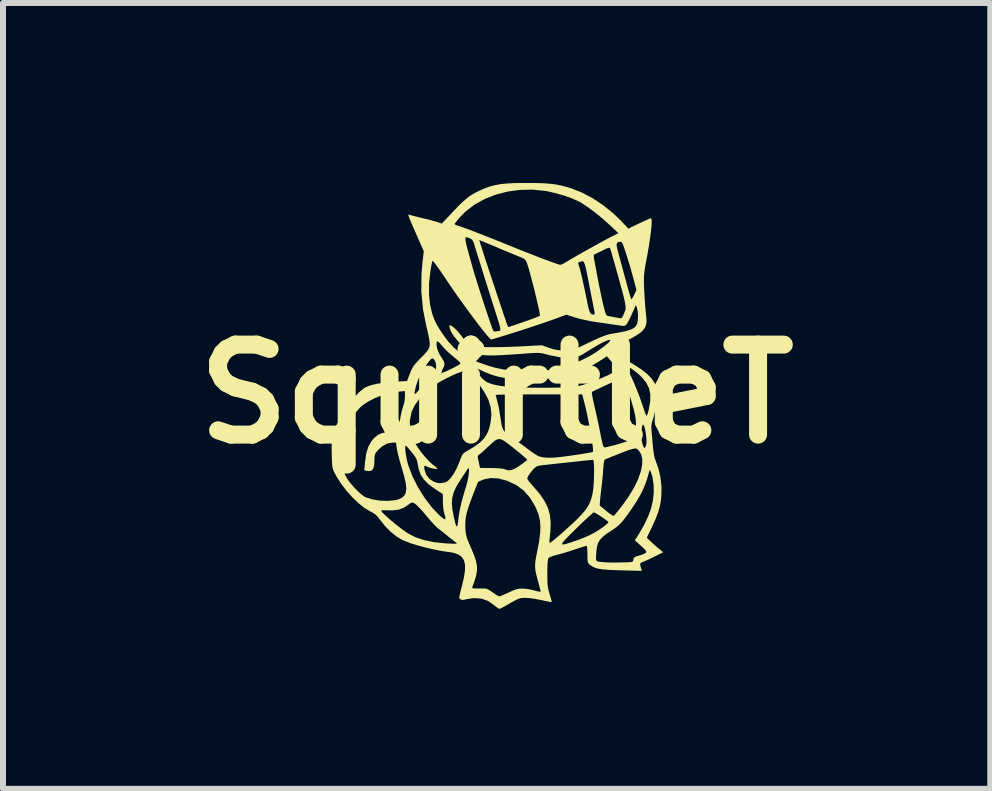
<source format=kicad_pcb>
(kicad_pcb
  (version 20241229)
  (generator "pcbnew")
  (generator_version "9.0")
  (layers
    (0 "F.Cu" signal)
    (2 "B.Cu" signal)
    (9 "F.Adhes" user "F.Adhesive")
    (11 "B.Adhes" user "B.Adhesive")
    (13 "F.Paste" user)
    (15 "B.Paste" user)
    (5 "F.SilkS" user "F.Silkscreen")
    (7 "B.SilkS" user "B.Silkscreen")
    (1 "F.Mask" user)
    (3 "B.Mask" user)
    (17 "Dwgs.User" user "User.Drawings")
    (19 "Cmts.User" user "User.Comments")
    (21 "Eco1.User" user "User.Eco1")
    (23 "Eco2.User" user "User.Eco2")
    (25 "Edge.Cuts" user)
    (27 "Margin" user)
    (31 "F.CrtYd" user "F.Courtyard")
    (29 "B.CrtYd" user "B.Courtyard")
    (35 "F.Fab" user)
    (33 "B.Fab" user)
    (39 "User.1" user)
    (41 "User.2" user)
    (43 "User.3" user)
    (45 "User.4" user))
  (footprint "SquirtleT"
    (layer "F.Cu")
    (at 5.229 3.516)
    (property "Reference" "SquirtleT" (at 0 0 0) (layer "F.SilkS") (effects (font (size 1.5 1.5) (thickness 0.3))))
    (attr board_only exclude_from_pos_files exclude_from_bom)
    (fp_poly (pts (xy 0.661 -3.515) (xy 0.787 -3.511) (xy 0.894 -3.503) (xy 0.99 -3.491) (xy 1.081 -3.472) (xy 1.173 -3.448) (xy 1.258 -3.421) (xy 1.429 -3.353) (xy 1.605 -3.259) (xy 1.777 -3.144) (xy 1.94 -3.013) (xy 2.074 -2.884) (xy 2.196 -2.754) (xy 2.256 -2.786) (xy 2.293 -2.803) (xy 2.344 -2.828) (xy 2.403 -2.855) (xy 2.462 -2.882) (xy 2.515 -2.906) (xy 2.554 -2.923) (xy 2.572 -2.93) (xy 2.572 -2.93) (xy 2.581 -2.915) (xy 2.584 -2.872) (xy 2.581 -2.802) (xy 2.572 -2.711) (xy 2.557 -2.598) (xy 2.538 -2.469) (xy 2.513 -2.325) (xy 2.489 -2.198) (xy 2.473 -2.108) (xy 2.462 -2.036) (xy 2.456 -1.971) (xy 2.454 -1.903) (xy 2.455 -1.821) (xy 2.458 -1.744) (xy 2.464 -1.642) (xy 2.471 -1.535) (xy 2.478 -1.435) (xy 2.486 -1.353) (xy 2.487 -1.343) (xy 2.496 -1.253) (xy 2.496 -1.186) (xy 2.485 -1.135) (xy 2.463 -1.092) (xy 2.427 -1.049) (xy 2.411 -1.033) (xy 2.374 -1.005) (xy 2.317 -0.968) (xy 2.247 -0.928) (xy 2.178 -0.892) (xy 2.097 -0.85) (xy 2.031 -0.81) (xy 1.986 -0.777) (xy 1.969 -0.761) (xy 1.949 -0.73) (xy 1.947 -0.711) (xy 1.964 -0.688) (xy 1.967 -0.684) (xy 1.994 -0.662) (xy 2.042 -0.631) (xy 2.101 -0.595) (xy 2.133 -0.577) (xy 2.287 -0.49) (xy 2.411 -0.409) (xy 2.509 -0.332) (xy 2.583 -0.256) (xy 2.633 -0.18) (xy 2.663 -0.102) (xy 2.675 -0.019) (xy 2.675 -0.003) (xy 2.671 0.082) (xy 2.658 0.182) (xy 2.64 0.284) (xy 2.619 0.378) (xy 2.599 0.441) (xy 2.582 0.499) (xy 2.578 0.559) (xy 2.582 0.621) (xy 2.588 0.686) (xy 2.595 0.768) (xy 2.602 0.852) (xy 2.604 0.876) (xy 2.612 0.949) (xy 2.622 1.017) (xy 2.634 1.068) (xy 2.639 1.083) (xy 2.697 1.246) (xy 2.732 1.401) (xy 2.747 1.559) (xy 2.746 1.67) (xy 2.738 1.771) (xy 2.722 1.866) (xy 2.695 1.961) (xy 2.657 2.066) (xy 2.603 2.187) (xy 2.579 2.237) (xy 2.502 2.397) (xy 2.569 2.461) (xy 2.622 2.51) (xy 2.681 2.561) (xy 2.706 2.582) (xy 2.776 2.639) (xy 2.634 2.71) (xy 2.567 2.743) (xy 2.505 2.772) (xy 2.457 2.793) (xy 2.44 2.799) (xy 2.406 2.813) (xy 2.392 2.829) (xy 2.394 2.857) (xy 2.404 2.896) (xy 2.419 2.95) (xy 2.09 2.941) (xy 1.954 2.937) (xy 1.847 2.931) (xy 1.762 2.924) (xy 1.697 2.914) (xy 1.646 2.9) (xy 1.605 2.882) (xy 1.569 2.86) (xy 1.565 2.857) (xy 1.54 2.837) (xy 1.525 2.818) (xy 1.517 2.792) (xy 1.513 2.751) (xy 1.513 2.718) (xy 1.656 2.718) (xy 1.656 2.758) (xy 1.662 2.779) (xy 1.673 2.789) (xy 1.69 2.794) (xy 1.754 2.803) (xy 1.846 2.809) (xy 1.96 2.811) (xy 2.093 2.809) (xy 2.201 2.806) (xy 2.246 2.802) (xy 2.269 2.793) (xy 2.278 2.772) (xy 2.28 2.76) (xy 2.287 2.734) (xy 2.305 2.717) (xy 2.343 2.703) (xy 2.373 2.695) (xy 2.426 2.679) (xy 2.468 2.66) (xy 2.484 2.649) (xy 2.493 2.636) (xy 2.49 2.619) (xy 2.471 2.595) (xy 2.433 2.558) (xy 2.406 2.533) (xy 2.303 2.441) (xy 2.368 2.339) (xy 2.456 2.187) (xy 2.525 2.04) (xy 2.573 1.911) (xy 2.603 1.785) (xy 2.618 1.65) (xy 2.616 1.516) (xy 2.598 1.394) (xy 2.585 1.346) (xy 2.567 1.295) (xy 2.556 1.271) (xy 2.549 1.271) (xy 2.543 1.291) (xy 2.541 1.298) (xy 2.504 1.43) (xy 2.459 1.551) (xy 2.403 1.669) (xy 2.331 1.793) (xy 2.248 1.918) (xy 2.183 2.012) (xy 2.129 2.084) (xy 2.084 2.139) (xy 2.042 2.182) (xy 1.998 2.219) (xy 1.949 2.254) (xy 1.919 2.274) (xy 1.828 2.334) (xy 1.762 2.388) (xy 1.716 2.44) (xy 1.686 2.496) (xy 1.669 2.564) (xy 1.66 2.648) (xy 1.66 2.654) (xy 1.656 2.718) (xy 1.513 2.718) (xy 1.513 2.688) (xy 1.513 2.675) (xy 1.511 2.609) (xy 1.507 2.56) (xy 1.5 2.535) (xy 1.497 2.532) (xy 1.477 2.537) (xy 1.433 2.55) (xy 1.372 2.57) (xy 1.302 2.593) (xy 1.217 2.621) (xy 1.128 2.649) (xy 1.048 2.671) (xy 1.003 2.683) (xy 0.943 2.699) (xy 0.894 2.718) (xy 0.866 2.734) (xy 0.864 2.736) (xy 0.855 2.761) (xy 0.849 2.813) (xy 0.845 2.891) (xy 0.844 2.988) (xy 0.845 3.085) (xy 0.847 3.158) (xy 0.853 3.215) (xy 0.863 3.266) (xy 0.877 3.319) (xy 0.883 3.339) (xy 0.901 3.397) (xy 0.912 3.442) (xy 0.917 3.466) (xy 0.916 3.468) (xy 0.899 3.468) (xy 0.858 3.461) (xy 0.801 3.449) (xy 0.77 3.442) (xy 0.644 3.417) (xy 0.534 3.402) (xy 0.446 3.399) (xy 0.384 3.408) (xy 0.348 3.422) (xy 0.294 3.449) (xy 0.231 3.484) (xy 0.199 3.503) (xy 0.14 3.537) (xy 0.089 3.564) (xy 0.055 3.58) (xy 0.045 3.582) (xy 0.022 3.572) (xy -0.014 3.546) (xy -0.045 3.52) (xy -0.142 3.452) (xy -0.252 3.413) (xy -0.37 3.403) (xy -0.416 3.408) (xy -0.474 3.417) (xy -0.521 3.426) (xy -0.546 3.433) (xy -0.579 3.433) (xy -0.602 3.425) (xy -0.615 3.417) (xy -0.622 3.406) (xy -0.623 3.386) (xy -0.617 3.353) (xy -0.605 3.3) (xy -0.584 3.222) (xy -0.58 3.205) (xy -0.546 3.061) (xy -0.528 2.942) (xy -0.528 2.846) (xy -0.546 2.772) (xy -0.583 2.715) (xy -0.641 2.675) (xy -0.719 2.648) (xy -0.796 2.636) (xy -0.918 2.618) (xy -1.051 2.592) (xy -1.189 2.56) (xy -1.322 2.524) (xy -1.443 2.486) (xy -1.544 2.447) (xy -1.573 2.434) (xy -1.668 2.377) (xy -1.768 2.297) (xy -1.863 2.2) (xy -1.939 2.106) (xy -1.984 2.047) (xy -2.026 2.006) (xy -2.077 1.974) (xy -2.117 1.953) (xy -2.132 1.944) (xy -1.927 1.944) (xy -1.915 1.964) (xy -1.882 2) (xy -1.832 2.046) (xy -1.771 2.1) (xy -1.702 2.158) (xy -1.63 2.215) (xy -1.56 2.268) (xy -1.496 2.313) (xy -1.466 2.332) (xy -1.35 2.391) (xy -1.208 2.437) (xy -1.043 2.471) (xy -0.859 2.491) (xy -0.733 2.497) (xy -0.684 2.497) (xy -0.664 2.493) (xy -0.666 2.485) (xy -0.675 2.479) (xy -0.701 2.461) (xy -0.743 2.428) (xy -0.795 2.387) (xy -0.812 2.373) (xy -0.87 2.326) (xy -0.927 2.281) (xy -0.972 2.245) (xy -0.979 2.24) (xy -1.011 2.211) (xy -1.057 2.163) (xy -1.112 2.102) (xy -1.169 2.035) (xy -1.182 2.02) (xy -1.237 1.955) (xy -1.29 1.898) (xy -1.334 1.853) (xy -1.365 1.827) (xy -1.37 1.823) (xy -1.399 1.811) (xy -1.423 1.813) (xy -1.453 1.831) (xy -1.472 1.847) (xy -1.551 1.899) (xy -1.634 1.929) (xy -1.73 1.941) (xy -1.798 1.94) (xy -1.858 1.939) (xy -1.903 1.94) (xy -1.925 1.943) (xy -1.927 1.944) (xy -2.132 1.944) (xy -2.207 1.899) (xy -2.304 1.821) (xy -2.404 1.725) (xy -2.502 1.616) (xy -2.591 1.5) (xy -2.667 1.382) (xy -2.7 1.322) (xy -2.717 1.286) (xy -2.729 1.253) (xy -2.738 1.217) (xy -2.743 1.17) (xy -2.746 1.107) (xy -2.749 1.019) (xy -2.749 0.995) (xy -2.751 0.899) (xy -2.751 0.898) (xy -2.608 0.898) (xy -2.605 1.042) (xy -2.58 1.189) (xy -2.534 1.33) (xy -2.507 1.388) (xy -2.475 1.439) (xy -2.427 1.5) (xy -2.37 1.565) (xy -2.31 1.626) (xy -2.253 1.677) (xy -2.205 1.713) (xy -2.188 1.722) (xy -2.071 1.758) (xy -1.943 1.779) (xy -1.814 1.783) (xy -1.694 1.771) (xy -1.643 1.759) (xy -1.583 1.734) (xy -1.541 1.698) (xy -1.516 1.648) (xy -1.507 1.582) (xy -1.514 1.496) (xy -1.538 1.387) (xy -1.575 1.258) (xy -1.602 1.168) (xy -1.627 1.077) (xy -1.647 0.996) (xy -1.66 0.933) (xy -1.661 0.928) (xy -1.663 0.912) (xy -1.525 0.912) (xy -1.52 0.968) (xy -1.509 1.035) (xy -1.495 1.107) (xy -1.477 1.176) (xy -1.469 1.202) (xy -1.403 1.376) (xy -1.313 1.554) (xy -1.205 1.727) (xy -1.084 1.886) (xy -0.994 1.984) (xy -0.931 2.045) (xy -0.887 2.08) (xy -0.861 2.09) (xy -0.852 2.075) (xy -0.86 2.034) (xy -0.87 2.005) (xy -0.885 1.942) (xy -0.895 1.857) (xy -0.896 1.823) (xy -0.747 1.823) (xy -0.737 1.931) (xy -0.713 2.059) (xy -0.708 2.078) (xy -0.69 2.153) (xy -0.675 2.198) (xy -0.663 2.211) (xy -0.659 2.204) (xy -0.523 2.204) (xy -0.523 2.229) (xy -0.519 2.285) (xy -0.513 2.332) (xy -0.503 2.378) (xy -0.485 2.431) (xy -0.458 2.497) (xy -0.422 2.58) (xy -0.375 2.693) (xy -0.344 2.787) (xy -0.328 2.87) (xy -0.329 2.95) (xy -0.344 3.036) (xy -0.375 3.136) (xy -0.406 3.219) (xy -0.408 3.232) (xy -0.396 3.24) (xy -0.366 3.243) (xy -0.311 3.243) (xy -0.289 3.243) (xy -0.225 3.243) (xy -0.181 3.246) (xy -0.146 3.258) (xy -0.108 3.28) (xy -0.069 3.307) (xy -0.021 3.34) (xy 0.019 3.364) (xy 0.041 3.374) (xy 0.042 3.375) (xy 0.063 3.369) (xy 0.106 3.352) (xy 0.163 3.327) (xy 0.201 3.31) (xy 0.273 3.277) (xy 0.328 3.257) (xy 0.374 3.247) (xy 0.423 3.245) (xy 0.438 3.245) (xy 0.508 3.251) (xy 0.587 3.266) (xy 0.633 3.278) (xy 0.693 3.294) (xy 0.726 3.297) (xy 0.732 3.291) (xy 0.728 3.269) (xy 0.716 3.223) (xy 0.7 3.161) (xy 0.684 3.105) (xy 0.661 3.018) (xy 0.646 2.946) (xy 0.64 2.881) (xy 0.643 2.814) (xy 0.653 2.737) (xy 0.673 2.639) (xy 0.677 2.618) (xy 0.698 2.506) (xy 1.091 2.506) (xy 1.11 2.51) (xy 1.152 2.501) (xy 1.215 2.482) (xy 1.299 2.454) (xy 1.309 2.451) (xy 1.392 2.421) (xy 1.483 2.384) (xy 1.564 2.347) (xy 1.572 2.343) (xy 1.635 2.309) (xy 1.699 2.27) (xy 1.76 2.229) (xy 1.812 2.19) (xy 1.848 2.159) (xy 1.863 2.139) (xy 1.863 2.138) (xy 1.85 2.123) (xy 1.818 2.098) (xy 1.773 2.066) (xy 1.723 2.033) (xy 1.676 2.003) (xy 1.638 1.982) (xy 1.618 1.975) (xy 1.602 1.985) (xy 1.567 2.016) (xy 1.516 2.062) (xy 1.452 2.122) (xy 1.379 2.192) (xy 1.324 2.246) (xy 1.233 2.336) (xy 1.164 2.406) (xy 1.117 2.456) (xy 1.093 2.489) (xy 1.091 2.506) (xy 0.698 2.506) (xy 0.707 2.46) (xy 0.724 2.327) (xy 0.729 2.212) (xy 0.721 2.109) (xy 0.699 2.014) (xy 0.663 1.92) (xy 0.635 1.862) (xy 0.548 1.72) (xy 0.447 1.608) (xy 0.333 1.523) (xy 0.307 1.509) (xy 0.164 1.445) (xy 0.043 1.413) (xy 0.51 1.413) (xy 0.52 1.432) (xy 0.547 1.469) (xy 0.588 1.517) (xy 0.623 1.556) (xy 0.725 1.677) (xy 0.801 1.79) (xy 0.855 1.902) (xy 0.887 2.019) (xy 0.9 2.147) (xy 0.895 2.294) (xy 0.882 2.417) (xy 0.879 2.459) (xy 0.884 2.482) (xy 0.887 2.484) (xy 0.903 2.474) (xy 0.939 2.446) (xy 0.991 2.403) (xy 1.054 2.349) (xy 1.126 2.286) (xy 1.132 2.28) (xy 1.25 2.174) (xy 1.346 2.083) (xy 1.421 2.004) (xy 1.48 1.934) (xy 1.524 1.868) (xy 1.529 1.86) (xy 1.717 1.86) (xy 1.825 1.949) (xy 1.875 1.989) (xy 1.917 2.018) (xy 1.944 2.033) (xy 1.95 2.033) (xy 1.965 2.019) (xy 1.995 1.985) (xy 2.036 1.934) (xy 2.084 1.872) (xy 2.098 1.855) (xy 2.203 1.705) (xy 2.29 1.561) (xy 2.356 1.425) (xy 2.401 1.299) (xy 2.425 1.185) (xy 2.427 1.085) (xy 2.407 1.003) (xy 2.373 0.951) (xy 2.345 0.921) (xy 2.321 0.909) (xy 2.291 0.911) (xy 2.254 0.92) (xy 2.208 0.934) (xy 2.143 0.958) (xy 2.068 0.986) (xy 2.01 1.01) (xy 1.939 1.038) (xy 1.878 1.063) (xy 1.834 1.08) (xy 1.813 1.088) (xy 1.8 1.098) (xy 1.791 1.123) (xy 1.783 1.168) (xy 1.777 1.238) (xy 1.776 1.253) (xy 1.77 1.337) (xy 1.762 1.424) (xy 1.754 1.5) (xy 1.751 1.521) (xy 1.742 1.6) (xy 1.732 1.688) (xy 1.726 1.746) (xy 1.717 1.86) (xy 1.529 1.86) (xy 1.557 1.804) (xy 1.58 1.736) (xy 1.598 1.663) (xy 1.601 1.645) (xy 1.61 1.584) (xy 1.616 1.509) (xy 1.621 1.426) (xy 1.623 1.342) (xy 1.624 1.261) (xy 1.622 1.191) (xy 1.618 1.137) (xy 1.612 1.105) (xy 1.607 1.099) (xy 1.592 1.1) (xy 1.56 1.103) (xy 1.51 1.108) (xy 1.437 1.115) (xy 1.341 1.126) (xy 1.218 1.139) (xy 1.067 1.155) (xy 0.976 1.165) (xy 0.888 1.175) (xy 0.813 1.183) (xy 0.758 1.189) (xy 0.748 1.19) (xy 0.693 1.199) (xy 0.655 1.215) (xy 0.62 1.246) (xy 0.605 1.263) (xy 0.548 1.333) (xy 0.517 1.386) (xy 0.51 1.413) (xy 0.043 1.413) (xy 0.03 1.409) (xy -0.093 1.402) (xy -0.204 1.422) (xy -0.236 1.434) (xy -0.311 1.466) (xy -0.393 1.677) (xy -0.44 1.801) (xy -0.475 1.902) (xy -0.5 1.987) (xy -0.515 2.062) (xy -0.522 2.132) (xy -0.523 2.204) (xy -0.659 2.204) (xy -0.653 2.193) (xy -0.645 2.144) (xy -0.636 2.067) (xy -0.625 1.987) (xy -0.608 1.898) (xy -0.583 1.794) (xy -0.549 1.67) (xy -0.504 1.521) (xy -0.503 1.515) (xy -0.486 1.452) (xy -0.473 1.388) (xy -0.465 1.33) (xy -0.461 1.281) (xy -0.463 1.249) (xy -0.471 1.237) (xy -0.483 1.249) (xy -0.499 1.274) (xy -0.528 1.319) (xy -0.567 1.377) (xy -0.609 1.441) (xy -0.672 1.544) (xy -0.715 1.637) (xy -0.74 1.728) (xy -0.747 1.823) (xy -0.896 1.823) (xy -0.897 1.802) (xy -0.898 1.668) (xy -1.027 1.585) (xy -1.133 1.508) (xy -1.212 1.43) (xy -1.267 1.346) (xy -1.301 1.25) (xy -1.313 1.186) (xy -1.323 1.133) (xy -1.336 1.089) (xy -1.342 1.075) (xy -1.362 1.044) (xy -1.393 1.001) (xy -1.43 0.955) (xy -1.467 0.911) (xy -1.497 0.878) (xy -1.516 0.861) (xy -1.518 0.861) (xy -1.525 0.874) (xy -1.525 0.912) (xy -1.663 0.912) (xy -1.679 0.812) (xy -1.74 0.812) (xy -1.822 0.827) (xy -1.905 0.871) (xy -1.98 0.938) (xy -2.011 0.975) (xy -2.029 1.006) (xy -2.036 1.043) (xy -2.038 1.097) (xy -2.038 1.113) (xy -2.043 1.196) (xy -2.06 1.251) (xy -2.089 1.28) (xy -2.133 1.287) (xy -2.152 1.284) (xy -2.207 1.274) (xy -2.194 1.131) (xy -2.174 0.992) (xy -2.139 0.879) (xy -2.087 0.787) (xy -2.047 0.74) (xy -1.983 0.686) (xy -1.917 0.654) (xy -1.84 0.64) (xy -1.743 0.642) (xy -1.741 0.643) (xy -1.624 0.653) (xy -1.624 0.566) (xy -1.619 0.487) (xy -1.613 0.449) (xy -1.448 0.449) (xy -1.444 0.587) (xy -1.408 0.722) (xy -1.38 0.785) (xy -1.332 0.867) (xy -1.27 0.956) (xy -1.2 1.043) (xy -1.13 1.12) (xy -1.067 1.178) (xy -1.056 1.186) (xy -1.018 1.215) (xy -0.993 1.238) (xy -0.988 1.245) (xy -1.001 1.251) (xy -1.034 1.249) (xy -1.078 1.24) (xy -1.122 1.228) (xy -1.15 1.216) (xy -1.188 1.199) (xy -1.206 1.201) (xy -1.208 1.227) (xy -1.204 1.26) (xy -1.175 1.346) (xy -1.122 1.415) (xy -1.048 1.464) (xy -0.996 1.481) (xy -0.962 1.487) (xy -0.932 1.487) (xy -0.893 1.481) (xy -0.856 1.474) (xy -0.815 1.451) (xy -0.768 1.404) (xy -0.72 1.337) (xy -0.674 1.255) (xy -0.633 1.164) (xy -0.621 1.134) (xy -0.597 1.068) (xy -0.584 1.039) (xy -0.315 1.039) (xy -0.313 1.069) (xy -0.303 1.12) (xy -0.3 1.131) (xy -0.278 1.234) (xy -0.095 1.235) (xy -0.018 1.237) (xy 0.051 1.241) (xy 0.103 1.248) (xy 0.127 1.254) (xy 0.182 1.272) (xy 0.235 1.271) (xy 0.292 1.251) (xy 0.362 1.21) (xy 0.391 1.19) (xy 0.443 1.153) (xy 0.483 1.122) (xy 0.506 1.102) (xy 0.509 1.098) (xy 0.498 1.085) (xy 0.466 1.056) (xy 0.42 1.016) (xy 0.364 0.969) (xy 0.304 0.92) (xy 0.244 0.873) (xy 0.191 0.831) (xy 0.148 0.8) (xy 0.137 0.792) (xy 0.091 0.764) (xy 0.052 0.752) (xy 0.014 0.756) (xy -0.028 0.778) (xy -0.081 0.822) (xy -0.134 0.872) (xy -0.189 0.923) (xy -0.238 0.968) (xy -0.276 0.999) (xy -0.293 1.012) (xy -0.308 1.023) (xy -0.315 1.039) (xy -0.584 1.039) (xy -0.578 1.024) (xy -0.557 0.995) (xy -0.531 0.973) (xy -0.493 0.951) (xy -0.489 0.949) (xy -0.371 0.878) (xy -0.28 0.812) (xy -0.212 0.743) (xy -0.162 0.668) (xy -0.127 0.582) (xy -0.102 0.479) (xy -0.101 0.473) (xy -0.088 0.344) (xy -0.1 0.225) (xy -0.136 0.104) (xy -0.145 0.084) (xy -0.18 0.017) (xy -0.016 0.017) (xy -0.012 0.036) (xy -0.002 0.076) (xy 0.006 0.105) (xy 0.026 0.185) (xy 0.046 0.286) (xy 0.063 0.397) (xy 0.072 0.458) (xy 0.087 0.542) (xy 0.113 0.605) (xy 0.156 0.657) (xy 0.221 0.707) (xy 0.247 0.724) (xy 0.312 0.767) (xy 0.389 0.822) (xy 0.467 0.879) (xy 0.505 0.908) (xy 0.568 0.956) (xy 0.63 0.998) (xy 0.682 1.029) (xy 0.708 1.042) (xy 0.772 1.057) (xy 0.852 1.064) (xy 0.953 1.062) (xy 1.077 1.05) (xy 1.19 1.035) (xy 1.323 1.016) (xy 1.428 1) (xy 1.505 0.987) (xy 1.559 0.977) (xy 1.591 0.97) (xy 1.605 0.964) (xy 1.605 0.964) (xy 1.607 0.944) (xy 1.604 0.897) (xy 1.595 0.829) (xy 1.582 0.743) (xy 1.566 0.646) (xy 1.547 0.542) (xy 1.526 0.435) (xy 1.505 0.33) (xy 1.483 0.233) (xy 1.462 0.147) (xy 1.453 0.111) (xy 1.425 0.008) (xy 0.704 0.008) (xy 0.556 0.008) (xy 0.419 0.009) (xy 0.294 0.01) (xy 0.186 0.011) (xy 0.098 0.012) (xy 0.033 0.014) (xy -0.006 0.015) (xy -0.016 0.017) (xy -0.18 0.017) (xy -0.195 -0.012) (xy -0.196 -0.014) (xy 1.587 -0.014) (xy 1.593 0.03) (xy 1.605 0.093) (xy 1.622 0.17) (xy 1.631 0.208) (xy 1.656 0.316) (xy 1.683 0.44) (xy 1.709 0.562) (xy 1.729 0.665) (xy 1.748 0.757) (xy 1.763 0.822) (xy 1.775 0.864) (xy 1.787 0.886) (xy 1.798 0.892) (xy 1.824 0.888) (xy 1.872 0.877) (xy 1.934 0.862) (xy 1.967 0.853) (xy 2.046 0.831) (xy 2.129 0.805) (xy 2.2 0.782) (xy 2.214 0.777) (xy 2.317 0.74) (xy 2.318 0.708) (xy 2.41 0.708) (xy 2.418 0.781) (xy 2.429 0.824) (xy 2.444 0.874) (xy 2.455 0.897) (xy 2.465 0.899) (xy 2.479 0.884) (xy 2.479 0.884) (xy 2.492 0.855) (xy 2.497 0.812) (xy 2.495 0.745) (xy 2.495 0.741) (xy 2.487 0.664) (xy 2.475 0.596) (xy 2.461 0.544) (xy 2.446 0.514) (xy 2.438 0.51) (xy 2.43 0.524) (xy 2.421 0.562) (xy 2.414 0.616) (xy 2.414 0.621) (xy 2.41 0.708) (xy 2.318 0.708) (xy 2.322 0.579) (xy 2.322 0.499) (xy 2.319 0.432) (xy 2.309 0.365) (xy 2.292 0.287) (xy 2.278 0.235) (xy 2.251 0.138) (xy 2.222 0.04) (xy 2.191 -0.053) (xy 2.162 -0.135) (xy 2.137 -0.199) (xy 2.117 -0.24) (xy 2.113 -0.245) (xy 2.104 -0.253) (xy 2.088 -0.256) (xy 2.063 -0.25) (xy 2.023 -0.236) (xy 1.965 -0.211) (xy 1.883 -0.174) (xy 1.847 -0.157) (xy 1.765 -0.119) (xy 1.693 -0.085) (xy 1.636 -0.058) (xy 1.6 -0.039) (xy 1.588 -0.033) (xy 1.587 -0.014) (xy -0.196 -0.014) (xy -0.263 -0.116) (xy -0.342 -0.217) (xy -0.414 -0.294) (xy -0.51 -0.389) (xy -0.586 -0.369) (xy -0.656 -0.344) (xy -0.744 -0.306) (xy -0.84 -0.259) (xy -0.937 -0.207) (xy -1.024 -0.154) (xy -1.088 -0.11) (xy -1.199 -0.015) (xy -1.293 0.087) (xy -1.367 0.191) (xy -1.415 0.292) (xy -1.42 0.308) (xy -1.448 0.449) (xy -1.613 0.449) (xy -1.605 0.392) (xy -1.585 0.296) (xy -1.561 0.212) (xy -1.552 0.187) (xy -1.538 0.135) (xy -1.53 0.07) (xy -1.529 0.04) (xy -1.529 -0.015) (xy -1.369 -0.015) (xy -1.365 0.002) (xy -1.349 -0.006) (xy -1.321 -0.036) (xy -1.318 -0.04) (xy -1.284 -0.08) (xy -1.236 -0.134) (xy -1.182 -0.193) (xy -1.154 -0.223) (xy -1.104 -0.279) (xy -1.061 -0.333) (xy -1.03 -0.376) (xy -1.021 -0.394) (xy -1.008 -0.456) (xy -1.015 -0.518) (xy -1.039 -0.569) (xy -1.049 -0.579) (xy -1.065 -0.591) (xy -1.08 -0.59) (xy -1.101 -0.574) (xy -1.132 -0.537) (xy -1.15 -0.514) (xy -1.237 -0.385) (xy -1.306 -0.246) (xy -1.345 -0.132) (xy -1.362 -0.059) (xy -1.369 -0.015) (xy -1.529 -0.015) (xy -1.529 -0.047) (xy -1.636 -0.038) (xy -1.765 -0.018) (xy -1.899 0.018) (xy -2.029 0.069) (xy -2.147 0.13) (xy -2.246 0.198) (xy -2.284 0.233) (xy -2.382 0.347) (xy -2.47 0.482) (xy -2.541 0.627) (xy -2.588 0.765) (xy -2.608 0.898) (xy -2.751 0.898) (xy -2.75 0.827) (xy -2.747 0.772) (xy -2.74 0.726) (xy -2.729 0.682) (xy -2.718 0.645) (xy -2.671 0.524) (xy -2.609 0.399) (xy -2.537 0.276) (xy -2.457 0.161) (xy -2.374 0.057) (xy -2.292 -0.029) (xy -2.213 -0.093) (xy -2.178 -0.114) (xy -2.102 -0.143) (xy -1.999 -0.168) (xy -1.874 -0.187) (xy -1.731 -0.201) (xy -1.687 -0.204) (xy -1.494 -0.215) (xy -1.446 -0.341) (xy -1.418 -0.407) (xy -1.389 -0.46) (xy -1.351 -0.509) (xy -1.298 -0.565) (xy -1.284 -0.58) (xy -1.216 -0.648) (xy -1.17 -0.7) (xy -1.139 -0.741) (xy -1.123 -0.777) (xy -1.116 -0.813) (xy -1.116 -0.817) (xy -1.003 -0.817) (xy -0.991 -0.75) (xy -0.963 -0.679) (xy -0.935 -0.631) (xy -0.896 -0.571) (xy -0.875 -0.528) (xy -0.87 -0.494) (xy -0.878 -0.459) (xy -0.892 -0.43) (xy -0.911 -0.388) (xy -0.923 -0.357) (xy -0.924 -0.351) (xy -0.91 -0.351) (xy -0.874 -0.364) (xy -0.821 -0.387) (xy -0.757 -0.417) (xy -0.708 -0.442) (xy -0.376 -0.442) (xy -0.369 -0.428) (xy -0.348 -0.395) (xy -0.315 -0.349) (xy -0.303 -0.332) (xy -0.241 -0.257) (xy -0.182 -0.208) (xy -0.156 -0.193) (xy -0.095 -0.169) (xy -0.022 -0.149) (xy 0.067 -0.133) (xy 0.174 -0.12) (xy 0.302 -0.111) (xy 0.453 -0.106) (xy 0.631 -0.103) (xy 0.837 -0.103) (xy 0.844 -0.103) (xy 0.983 -0.105) (xy 1.094 -0.107) (xy 1.182 -0.11) (xy 1.252 -0.114) (xy 1.307 -0.12) (xy 1.352 -0.128) (xy 1.374 -0.133) (xy 1.463 -0.158) (xy 1.561 -0.191) (xy 1.662 -0.229) (xy 1.76 -0.269) (xy 1.848 -0.308) (xy 1.922 -0.345) (xy 1.973 -0.377) (xy 1.989 -0.39) (xy 2 -0.405) (xy 1.999 -0.424) (xy 1.984 -0.452) (xy 1.976 -0.462) (xy 2.161 -0.462) (xy 2.162 -0.449) (xy 2.176 -0.416) (xy 2.2 -0.369) (xy 2.204 -0.362) (xy 2.244 -0.284) (xy 2.289 -0.184) (xy 2.336 -0.07) (xy 2.382 0.049) (xy 2.423 0.164) (xy 2.444 0.227) (xy 2.464 0.288) (xy 2.482 0.336) (xy 2.495 0.363) (xy 2.499 0.366) (xy 2.508 0.352) (xy 2.521 0.314) (xy 2.535 0.261) (xy 2.537 0.251) (xy 2.56 0.119) (xy 2.561 0.005) (xy 2.539 -0.095) (xy 2.492 -0.188) (xy 2.425 -0.272) (xy 2.375 -0.321) (xy 2.317 -0.369) (xy 2.259 -0.412) (xy 2.207 -0.444) (xy 2.169 -0.461) (xy 2.161 -0.462) (xy 1.976 -0.462) (xy 1.953 -0.492) (xy 1.903 -0.551) (xy 1.898 -0.556) (xy 1.836 -0.627) (xy 1.747 -0.568) (xy 1.594 -0.474) (xy 1.445 -0.399) (xy 1.293 -0.341) (xy 1.132 -0.298) (xy 0.957 -0.268) (xy 0.762 -0.251) (xy 0.621 -0.245) (xy 0.441 -0.244) (xy 0.287 -0.249) (xy 0.152 -0.263) (xy 0.031 -0.286) (xy -0.083 -0.319) (xy -0.194 -0.363) (xy -0.237 -0.383) (xy -0.296 -0.41) (xy -0.342 -0.43) (xy -0.37 -0.441) (xy -0.376 -0.442) (xy -0.708 -0.442) (xy -0.686 -0.453) (xy -0.64 -0.478) (xy -0.615 -0.495) (xy -0.606 -0.508) (xy -0.609 -0.521) (xy -0.618 -0.531) (xy -0.643 -0.555) (xy -0.685 -0.591) (xy -0.736 -0.633) (xy -0.745 -0.641) (xy -0.806 -0.693) (xy -0.868 -0.754) (xy -0.916 -0.808) (xy -0.955 -0.853) (xy -0.979 -0.874) (xy -0.993 -0.875) (xy -0.997 -0.869) (xy -1.003 -0.817) (xy -1.116 -0.817) (xy -1.115 -0.836) (xy -1.119 -0.875) (xy -1.129 -0.937) (xy -1.145 -1.014) (xy -1.165 -1.098) (xy -1.169 -1.115) (xy -1.228 -1.406) (xy -1.252 -1.663) (xy -1.128 -1.663) (xy -1.111 -1.491) (xy -1.075 -1.338) (xy -1.065 -1.309) (xy -1.041 -1.246) (xy -1.016 -1.19) (xy -0.986 -1.134) (xy -0.946 -1.069) (xy -0.896 -0.993) (xy -0.806 -0.871) (xy -0.707 -0.766) (xy -0.595 -0.676) (xy -0.466 -0.599) (xy -0.316 -0.531) (xy -0.141 -0.47) (xy -0.019 -0.435) (xy 0.103 -0.41) (xy 0.247 -0.392) (xy 0.406 -0.382) (xy 0.571 -0.379) (xy 0.735 -0.385) (xy 0.889 -0.398) (xy 1.024 -0.419) (xy 1.034 -0.421) (xy 1.136 -0.45) (xy 1.256 -0.493) (xy 1.384 -0.548) (xy 1.513 -0.611) (xy 1.559 -0.636) (xy 1.617 -0.67) (xy 1.68 -0.712) (xy 1.744 -0.758) (xy 1.803 -0.803) (xy 1.852 -0.844) (xy 1.884 -0.875) (xy 1.895 -0.892) (xy 1.882 -0.901) (xy 1.846 -0.892) (xy 1.789 -0.868) (xy 1.714 -0.829) (xy 1.623 -0.777) (xy 1.519 -0.713) (xy 1.5 -0.701) (xy 1.433 -0.659) (xy 1.38 -0.632) (xy 1.334 -0.617) (xy 1.284 -0.608) (xy 1.27 -0.606) (xy 1.157 -0.603) (xy 1.033 -0.615) (xy 0.893 -0.643) (xy 0.846 -0.655) (xy 0.796 -0.668) (xy 0.755 -0.677) (xy 0.715 -0.682) (xy 0.67 -0.683) (xy 0.613 -0.682) (xy 0.538 -0.677) (xy 0.438 -0.67) (xy 0.432 -0.669) (xy 0.257 -0.657) (xy 0.111 -0.648) (xy -0.011 -0.642) (xy -0.112 -0.641) (xy -0.195 -0.644) (xy -0.265 -0.651) (xy -0.324 -0.662) (xy -0.377 -0.678) (xy -0.426 -0.699) (xy -0.446 -0.709) (xy -0.505 -0.747) (xy -0.571 -0.803) (xy -0.637 -0.87) (xy -0.697 -0.941) (xy -0.744 -1.007) (xy -0.77 -1.059) (xy -0.784 -1.104) (xy -0.79 -1.135) (xy -0.79 -1.142) (xy -0.768 -1.143) (xy -0.733 -1.122) (xy -0.689 -1.084) (xy -0.641 -1.033) (xy -0.6 -0.983) (xy -0.547 -0.913) (xy -0.506 -0.865) (xy -0.472 -0.832) (xy -0.439 -0.811) (xy -0.406 -0.796) (xy -0.37 -0.789) (xy -0.307 -0.784) (xy -0.219 -0.781) (xy -0.113 -0.779) (xy 0.01 -0.78) (xy 0.143 -0.782) (xy 0.284 -0.787) (xy 0.428 -0.793) (xy 0.476 -0.796) (xy 0.752 -0.811) (xy 0.874 -0.768) (xy 0.955 -0.742) (xy 1.03 -0.729) (xy 1.115 -0.725) (xy 1.131 -0.725) (xy 1.266 -0.725) (xy 1.537 -0.855) (xy 1.648 -0.908) (xy 1.737 -0.947) (xy 1.809 -0.974) (xy 1.868 -0.993) (xy 1.919 -1.003) (xy 2.044 -1.024) (xy 2.141 -1.044) (xy 2.215 -1.065) (xy 2.268 -1.088) (xy 2.305 -1.114) (xy 2.329 -1.146) (xy 2.341 -1.17) (xy 2.352 -1.224) (xy 2.356 -1.295) (xy 2.352 -1.368) (xy 2.34 -1.428) (xy 2.339 -1.432) (xy 2.321 -1.483) (xy 2.259 -1.343) (xy 2.229 -1.277) (xy 2.199 -1.219) (xy 2.176 -1.177) (xy 2.168 -1.165) (xy 2.152 -1.146) (xy 2.134 -1.136) (xy 2.107 -1.134) (xy 2.061 -1.139) (xy 2.021 -1.145) (xy 1.96 -1.154) (xy 1.878 -1.166) (xy 1.784 -1.18) (xy 1.689 -1.193) (xy 1.674 -1.195) (xy 1.577 -1.211) (xy 1.476 -1.231) (xy 1.383 -1.252) (xy 1.309 -1.273) (xy 1.304 -1.275) (xy 1.161 -1.321) (xy 0.999 -1.26) (xy 0.935 -1.237) (xy 0.853 -1.208) (xy 0.756 -1.175) (xy 0.648 -1.139) (xy 0.535 -1.101) (xy 0.418 -1.063) (xy 0.305 -1.027) (xy 0.197 -0.993) (xy 0.101 -0.963) (xy 0.019 -0.938) (xy -0.044 -0.92) (xy -0.083 -0.909) (xy -0.093 -0.908) (xy -0.11 -0.92) (xy -0.143 -0.956) (xy -0.19 -1.011) (xy -0.247 -1.083) (xy -0.314 -1.169) (xy -0.387 -1.266) (xy -0.464 -1.37) (xy -0.543 -1.478) (xy -0.622 -1.588) (xy -0.698 -1.695) (xy -0.769 -1.798) (xy -0.816 -1.868) (xy -0.879 -1.962) (xy -0.937 -2.047) (xy -0.987 -2.118) (xy -1.027 -2.172) (xy -1.055 -2.207) (xy -1.068 -2.218) (xy -1.068 -2.218) (xy -1.076 -2.198) (xy -1.086 -2.154) (xy -1.097 -2.092) (xy -1.105 -2.044) (xy -1.127 -1.849) (xy -1.128 -1.663) (xy -1.252 -1.663) (xy -1.256 -1.703) (xy -1.253 -2.007) (xy -1.236 -2.205) (xy -1.215 -2.379) (xy -1.305 -2.581) (xy -0.522 -2.581) (xy -0.517 -2.545) (xy -0.506 -2.492) (xy -0.487 -2.417) (xy -0.46 -2.319) (xy -0.426 -2.195) (xy -0.409 -2.133) (xy -0.389 -2.065) (xy -0.363 -1.978) (xy -0.332 -1.877) (xy -0.297 -1.766) (xy -0.26 -1.65) (xy -0.222 -1.533) (xy -0.185 -1.42) (xy -0.149 -1.314) (xy -0.118 -1.22) (xy -0.091 -1.142) (xy -0.07 -1.085) (xy -0.057 -1.053) (xy -0.055 -1.05) (xy -0.033 -1.04) (xy -0.01 -1.041) (xy 0.026 -1.049) (xy 0.044 -1.051) (xy 0.058 -1.057) (xy 0.062 -1.076) (xy 0.056 -1.114) (xy 0.04 -1.173) (xy 0.016 -1.249) (xy 0.001 -1.298) (xy -0.022 -1.37) (xy -0.051 -1.462) (xy -0.085 -1.568) (xy -0.122 -1.685) (xy -0.161 -1.809) (xy -0.201 -1.935) (xy -0.239 -2.059) (xy -0.276 -2.177) (xy -0.31 -2.285) (xy -0.339 -2.378) (xy -0.362 -2.453) (xy -0.378 -2.505) (xy -0.385 -2.527) (xy -0.405 -2.564) (xy -0.29 -2.564) (xy -0.286 -2.549) (xy -0.274 -2.508) (xy -0.253 -2.444) (xy -0.226 -2.361) (xy -0.194 -2.261) (xy -0.157 -2.149) (xy -0.118 -2.029) (xy -0.076 -1.904) (xy -0.034 -1.777) (xy 0.007 -1.652) (xy 0.047 -1.532) (xy 0.084 -1.423) (xy 0.116 -1.325) (xy 0.144 -1.245) (xy 0.164 -1.184) (xy 0.178 -1.147) (xy 0.179 -1.143) (xy 0.192 -1.119) (xy 0.198 -1.115) (xy 0.214 -1.12) (xy 0.256 -1.134) (xy 0.318 -1.154) (xy 0.394 -1.181) (xy 0.456 -1.202) (xy 0.541 -1.232) (xy 0.615 -1.26) (xy 0.673 -1.282) (xy 0.71 -1.298) (xy 0.721 -1.303) (xy 0.72 -1.322) (xy 0.713 -1.366) (xy 0.699 -1.432) (xy 0.68 -1.515) (xy 0.658 -1.611) (xy 0.633 -1.714) (xy 0.606 -1.821) (xy 0.578 -1.927) (xy 0.551 -2.027) (xy 0.526 -2.117) (xy 0.524 -2.12) (xy 0.504 -2.183) (xy 0.485 -2.224) (xy 0.459 -2.25) (xy 0.418 -2.272) (xy 0.382 -2.286) (xy 0.345 -2.301) (xy 0.285 -2.326) (xy 0.207 -2.358) (xy 0.117 -2.395) (xy 0.022 -2.435) (xy 0.014 -2.439) (xy -0.077 -2.477) (xy -0.157 -2.51) (xy -0.222 -2.537) (xy -0.267 -2.555) (xy -0.289 -2.564) (xy -0.29 -2.564) (xy -0.405 -2.564) (xy -0.409 -2.572) (xy -0.449 -2.594) (xy -0.475 -2.604) (xy -0.496 -2.61) (xy -0.511 -2.611) (xy -0.52 -2.602) (xy -0.522 -2.581) (xy -1.305 -2.581) (xy -1.318 -2.611) (xy -1.356 -2.697) (xy -1.392 -2.78) (xy -1.414 -2.832) (xy -0.701 -2.832) (xy -0.687 -2.819) (xy -0.665 -2.81) (xy -0.608 -2.792) (xy -0.527 -2.763) (xy -0.426 -2.726) (xy -0.31 -2.681) (xy -0.184 -2.632) (xy -0.052 -2.58) (xy 0.056 -2.536) (xy 0.246 -2.459) (xy 0.421 -2.389) (xy 0.58 -2.327) (xy 0.719 -2.272) (xy 0.838 -2.227) (xy 0.934 -2.192) (xy 1.005 -2.167) (xy 1.05 -2.154) (xy 1.063 -2.151) (xy 1.086 -2.159) (xy 1.126 -2.179) (xy 1.132 -2.183) (xy 1.357 -2.183) (xy 1.364 -2.157) (xy 1.369 -2.143) (xy 1.381 -2.104) (xy 1.398 -2.039) (xy 1.419 -1.952) (xy 1.443 -1.846) (xy 1.469 -1.727) (xy 1.496 -1.599) (xy 1.507 -1.545) (xy 1.525 -1.457) (xy 1.541 -1.395) (xy 1.556 -1.356) (xy 1.573 -1.333) (xy 1.594 -1.324) (xy 1.613 -1.322) (xy 1.633 -1.33) (xy 1.633 -1.358) (xy 1.627 -1.386) (xy 1.616 -1.439) (xy 1.603 -1.509) (xy 1.587 -1.588) (xy 1.585 -1.6) (xy 1.554 -1.756) (xy 1.53 -1.883) (xy 1.509 -1.985) (xy 1.493 -2.063) (xy 1.479 -2.122) (xy 1.467 -2.163) (xy 1.457 -2.19) (xy 1.447 -2.205) (xy 1.436 -2.211) (xy 1.425 -2.211) (xy 1.411 -2.207) (xy 1.405 -2.206) (xy 1.369 -2.196) (xy 1.357 -2.183) (xy 1.132 -2.183) (xy 1.166 -2.203) (xy 1.217 -2.234) (xy 1.29 -2.277) (xy 1.339 -2.305) (xy 1.618 -2.305) (xy 1.621 -2.267) (xy 1.626 -2.237) (xy 1.635 -2.191) (xy 1.648 -2.123) (xy 1.663 -2.041) (xy 1.679 -1.953) (xy 1.681 -1.943) (xy 1.701 -1.837) (xy 1.726 -1.717) (xy 1.751 -1.599) (xy 1.769 -1.517) (xy 1.79 -1.431) (xy 1.806 -1.371) (xy 1.819 -1.333) (xy 1.831 -1.311) (xy 1.845 -1.301) (xy 1.853 -1.299) (xy 1.887 -1.293) (xy 1.943 -1.283) (xy 2.009 -1.271) (xy 2.075 -1.26) (xy 2.088 -1.272) (xy 2.107 -1.305) (xy 2.119 -1.331) (xy 2.131 -1.36) (xy 2.141 -1.385) (xy 2.147 -1.41) (xy 2.149 -1.438) (xy 2.147 -1.472) (xy 2.14 -1.517) (xy 2.128 -1.575) (xy 2.109 -1.65) (xy 2.084 -1.744) (xy 2.052 -1.862) (xy 2.012 -2.008) (xy 2.005 -2.03) (xy 1.977 -2.133) (xy 1.95 -2.227) (xy 1.927 -2.307) (xy 1.91 -2.368) (xy 1.898 -2.406) (xy 1.895 -2.415) (xy 1.887 -2.431) (xy 1.876 -2.437) (xy 1.856 -2.433) (xy 1.819 -2.418) (xy 1.761 -2.389) (xy 1.757 -2.387) (xy 1.7 -2.359) (xy 1.654 -2.336) (xy 1.626 -2.323) (xy 1.622 -2.321) (xy 1.618 -2.305) (xy 1.339 -2.305) (xy 1.379 -2.328) (xy 1.478 -2.384) (xy 1.581 -2.441) (xy 1.664 -2.487) (xy 1.998 -2.487) (xy 2.005 -2.441) (xy 2.022 -2.372) (xy 2.027 -2.354) (xy 2.044 -2.29) (xy 2.068 -2.204) (xy 2.095 -2.103) (xy 2.124 -1.995) (xy 2.152 -1.891) (xy 2.177 -1.796) (xy 2.201 -1.713) (xy 2.221 -1.646) (xy 2.236 -1.599) (xy 2.245 -1.577) (xy 2.246 -1.577) (xy 2.257 -1.59) (xy 2.277 -1.624) (xy 2.293 -1.655) (xy 2.33 -1.734) (xy 2.278 -1.929) (xy 2.251 -2.026) (xy 2.219 -2.138) (xy 2.185 -2.25) (xy 2.159 -2.332) (xy 2.132 -2.415) (xy 2.112 -2.473) (xy 2.096 -2.509) (xy 2.083 -2.528) (xy 2.069 -2.535) (xy 2.054 -2.536) (xy 2.022 -2.529) (xy 2.004 -2.515) (xy 1.998 -2.487) (xy 1.664 -2.487) (xy 1.682 -2.497) (xy 1.776 -2.548) (xy 1.855 -2.591) (xy 1.911 -2.62) (xy 2.03 -2.679) (xy 1.887 -2.813) (xy 1.765 -2.922) (xy 1.643 -3.022) (xy 1.527 -3.108) (xy 1.423 -3.177) (xy 1.37 -3.207) (xy 1.265 -3.255) (xy 1.139 -3.301) (xy 1.003 -3.341) (xy 0.869 -3.373) (xy 0.808 -3.384) (xy 0.598 -3.405) (xy 0.388 -3.401) (xy 0.183 -3.373) (xy -0.013 -3.322) (xy -0.198 -3.25) (xy -0.366 -3.157) (xy -0.514 -3.045) (xy -0.619 -2.938) (xy -0.657 -2.892) (xy -0.686 -2.855) (xy -0.7 -2.834) (xy -0.701 -2.832) (xy -1.414 -2.832) (xy -1.423 -2.851) (xy -1.445 -2.904) (xy -1.451 -2.92) (xy -1.468 -2.965) (xy -1.473 -2.986) (xy -1.466 -2.99) (xy -1.454 -2.986) (xy -1.428 -2.978) (xy -1.378 -2.965) (xy -1.311 -2.948) (xy -1.235 -2.93) (xy -1.234 -2.929) (xy -1.153 -2.91) (xy -1.078 -2.89) (xy -1.016 -2.873) (xy -0.979 -2.862) (xy -0.916 -2.839) (xy -0.748 -3.016) (xy -0.66 -3.109) (xy -0.587 -3.182) (xy -0.525 -3.238) (xy -0.468 -3.284) (xy -0.411 -3.322) (xy -0.349 -3.357) (xy -0.294 -3.384) (xy -0.206 -3.424) (xy -0.122 -3.455) (xy -0.035 -3.478) (xy 0.059 -3.496) (xy 0.167 -3.507) (xy 0.293 -3.514) (xy 0.444 -3.516) (xy 0.51 -3.516)) (stroke (width 0) (type solid)) (fill yes) (layer "F.SilkS")))
  (gr_rect
    (start -3 -3)
    (end 13.457 10.099)
    (stroke (width 0.1) (type default))
    (fill no)
    (layer "Edge.Cuts")))
</source>
